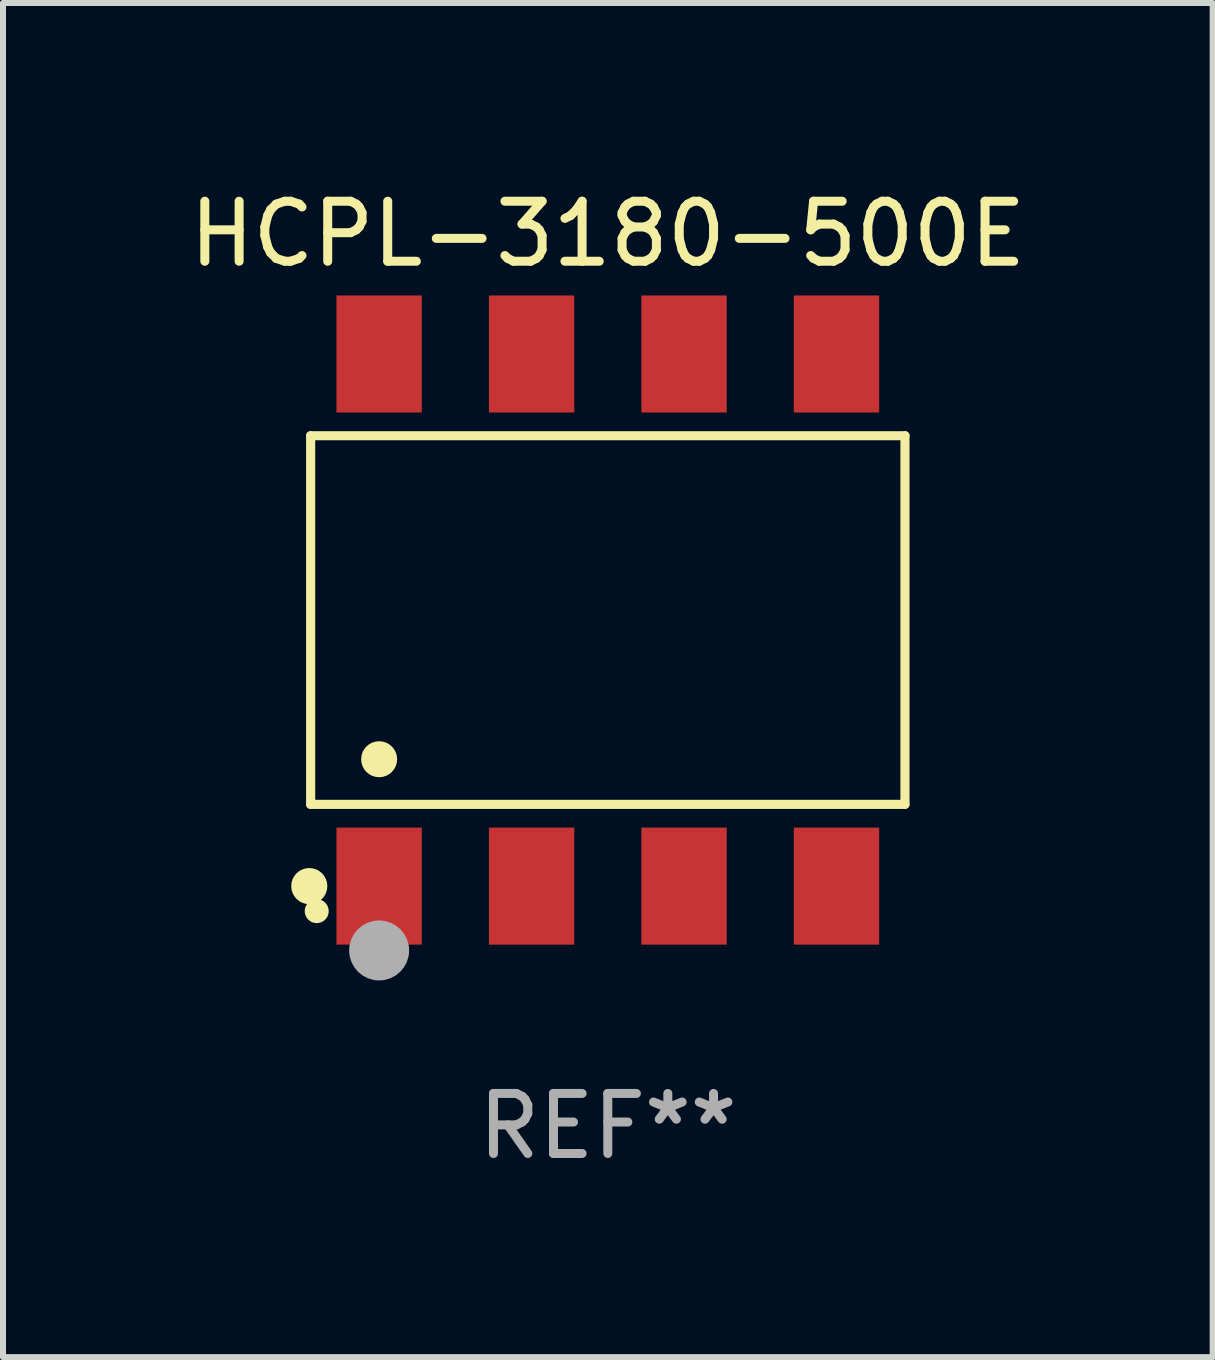
<source format=kicad_pcb>
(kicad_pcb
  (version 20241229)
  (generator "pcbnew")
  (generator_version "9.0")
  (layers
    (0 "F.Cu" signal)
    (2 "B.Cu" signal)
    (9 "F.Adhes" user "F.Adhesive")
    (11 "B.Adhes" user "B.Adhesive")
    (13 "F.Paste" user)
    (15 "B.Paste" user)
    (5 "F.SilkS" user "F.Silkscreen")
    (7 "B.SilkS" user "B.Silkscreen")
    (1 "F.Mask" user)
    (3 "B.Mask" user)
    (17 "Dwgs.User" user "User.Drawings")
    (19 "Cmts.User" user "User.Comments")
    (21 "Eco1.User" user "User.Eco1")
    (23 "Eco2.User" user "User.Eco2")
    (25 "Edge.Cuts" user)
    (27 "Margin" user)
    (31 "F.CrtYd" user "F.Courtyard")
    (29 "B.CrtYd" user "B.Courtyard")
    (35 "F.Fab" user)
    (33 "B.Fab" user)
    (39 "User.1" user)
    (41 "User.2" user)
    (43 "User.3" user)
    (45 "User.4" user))
  (footprint "HCPL-3180-500E"
    (layer "F.Cu")
    (at 7.077 7.281)
    (property "Reference" "HCPL-3180-500E" (at 0 -6.433 0) (layer "F.SilkS") (effects (font (size 1 1) (thickness 0.15))))
    (attr through_hole)
    (fp_line (start -4.951 -3.071) (end 4.951 -3.071) (stroke (width 0.152) (type solid)) (layer "F.SilkS"))
    (fp_line (start -4.951 3.071) (end -4.951 -3.071) (stroke (width 0.152) (type solid)) (layer "F.SilkS"))
    (fp_line (start 4.951 -3.071) (end 4.951 3.071) (stroke (width 0.152) (type solid)) (layer "F.SilkS"))
    (fp_line (start 4.951 3.071) (end -4.951 3.071) (stroke (width 0.152) (type solid)) (layer "F.SilkS"))
    (fp_circle (center -4.974 4.433) (end -4.823 4.433) (stroke (width 0.3) (type solid)) (fill no) (layer "F.SilkS"))
    (fp_circle (center -4.85 4.85) (end -4.75 4.85) (stroke (width 0.2) (type solid)) (fill no) (layer "F.SilkS"))
    (fp_circle (center -3.81 2.319) (end -3.66 2.319) (stroke (width 0.3) (type solid)) (fill no) (layer "F.SilkS"))
    (fp_circle (center -3.81 5.505) (end -3.56 5.505) (stroke (width 0.5) (type solid)) (fill no) (layer "F.Fab"))
    (fp_text user "REF**" (at 0 8.433 0) (layer "F.Fab") (effects (font (size 1 1) (thickness 0.15))))
    (pad "1" smd rect (at -3.81 4.433) (size 1.422 1.95) (layers "F.Cu" "F.Mask" "F.Paste"))
    (pad "2" smd rect (at -1.27 4.433) (size 1.422 1.95) (layers "F.Cu" "F.Mask" "F.Paste"))
    (pad "3" smd rect (at 1.27 4.433) (size 1.422 1.95) (layers "F.Cu" "F.Mask" "F.Paste"))
    (pad "4" smd rect (at 3.81 4.433) (size 1.422 1.95) (layers "F.Cu" "F.Mask" "F.Paste"))
    (pad "5" smd rect (at 3.81 -4.433) (size 1.422 1.95) (layers "F.Cu" "F.Mask" "F.Paste"))
    (pad "6" smd rect (at 1.27 -4.433) (size 1.422 1.95) (layers "F.Cu" "F.Mask" "F.Paste"))
    (pad "7" smd rect (at -1.27 -4.433) (size 1.422 1.95) (layers "F.Cu" "F.Mask" "F.Paste"))
    (pad "8" smd rect (at -3.81 -4.433) (size 1.422 1.95) (layers "F.Cu" "F.Mask" "F.Paste")))
  (gr_rect
    (start -3 -3)
    (end 17.155 19.562)
    (stroke (width 0.1) (type default))
    (fill no)
    (layer "Edge.Cuts")))
</source>
